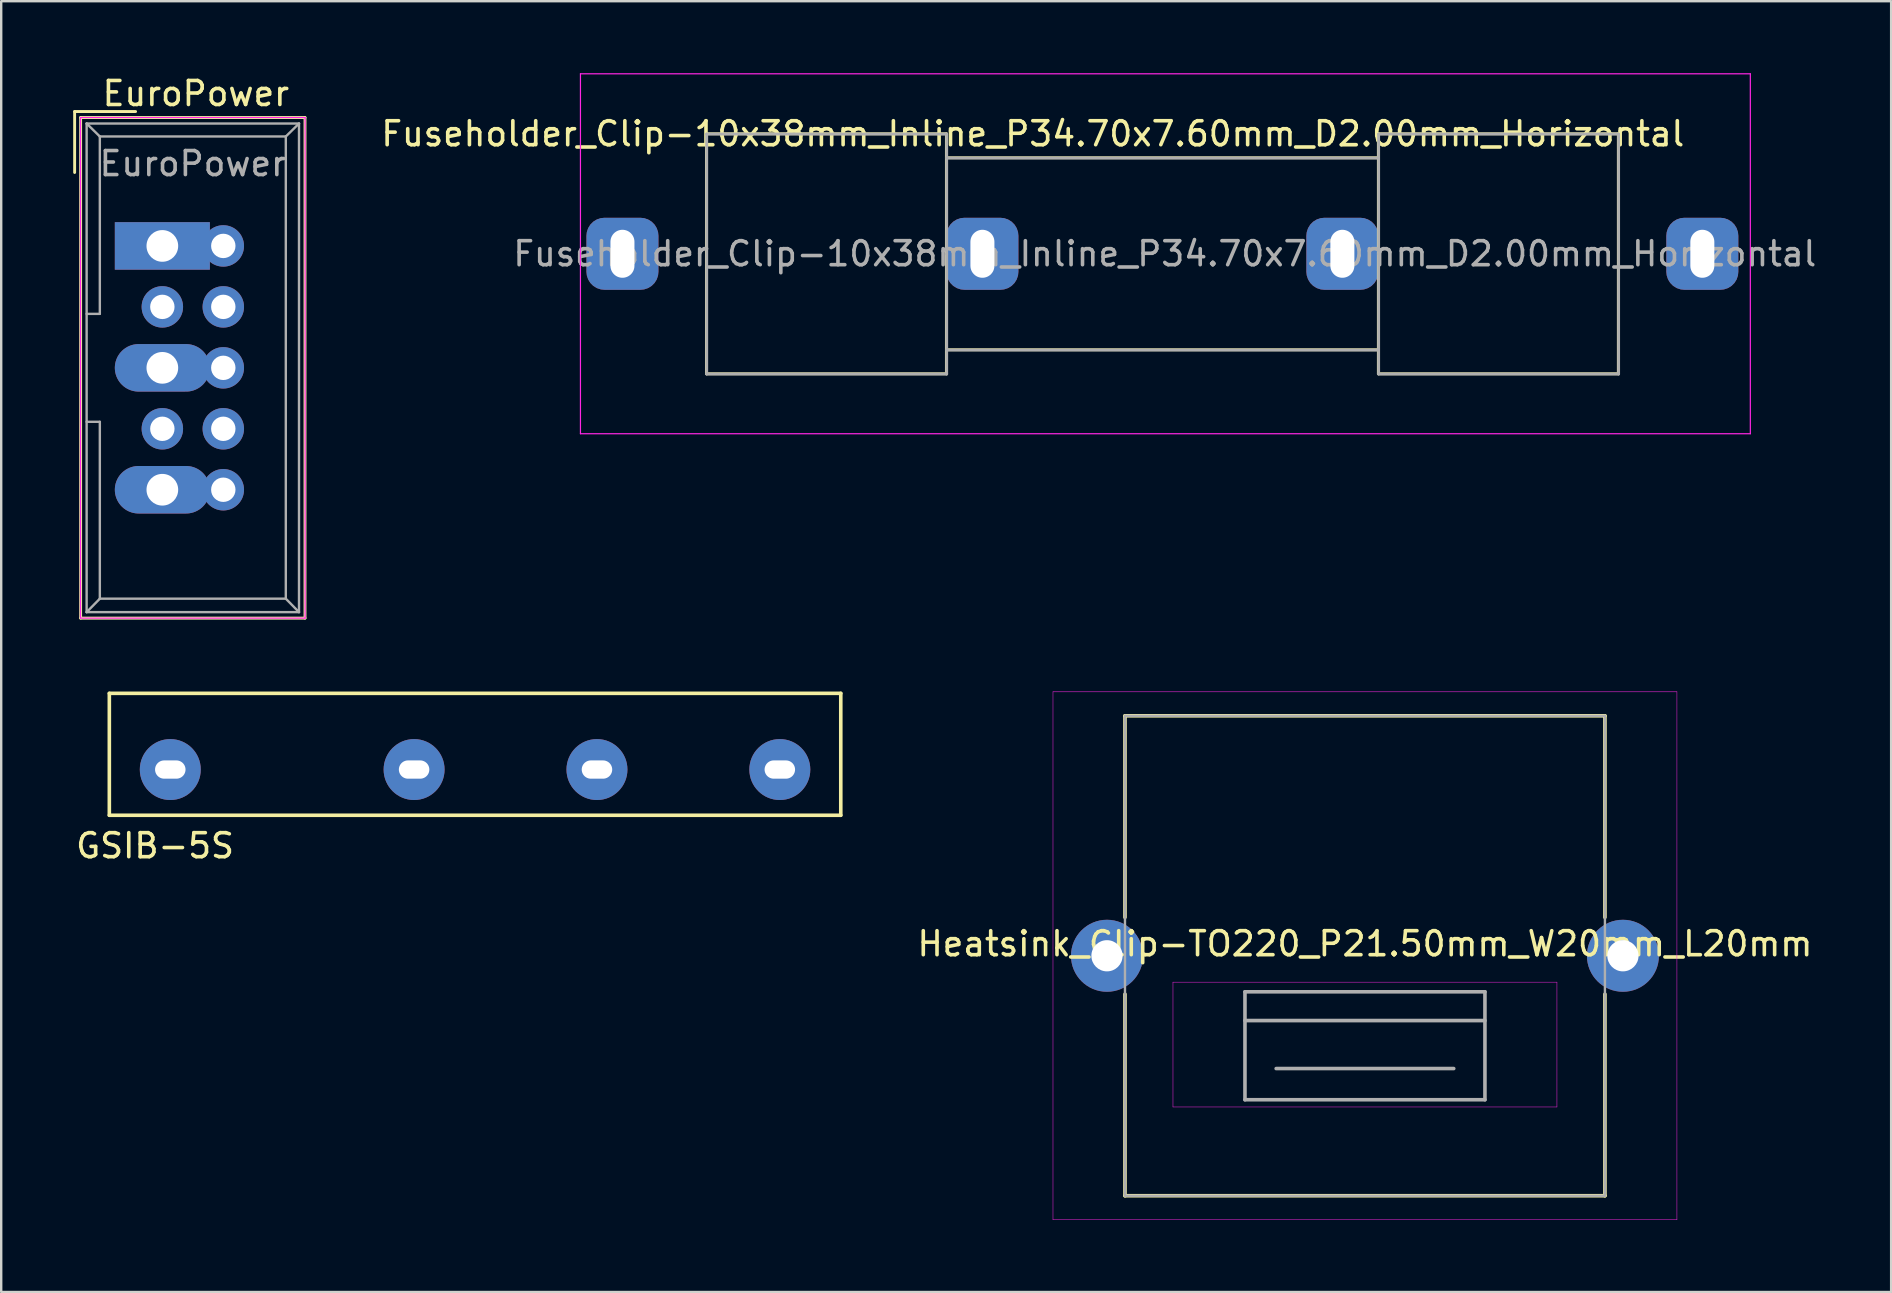
<source format=kicad_pcb>
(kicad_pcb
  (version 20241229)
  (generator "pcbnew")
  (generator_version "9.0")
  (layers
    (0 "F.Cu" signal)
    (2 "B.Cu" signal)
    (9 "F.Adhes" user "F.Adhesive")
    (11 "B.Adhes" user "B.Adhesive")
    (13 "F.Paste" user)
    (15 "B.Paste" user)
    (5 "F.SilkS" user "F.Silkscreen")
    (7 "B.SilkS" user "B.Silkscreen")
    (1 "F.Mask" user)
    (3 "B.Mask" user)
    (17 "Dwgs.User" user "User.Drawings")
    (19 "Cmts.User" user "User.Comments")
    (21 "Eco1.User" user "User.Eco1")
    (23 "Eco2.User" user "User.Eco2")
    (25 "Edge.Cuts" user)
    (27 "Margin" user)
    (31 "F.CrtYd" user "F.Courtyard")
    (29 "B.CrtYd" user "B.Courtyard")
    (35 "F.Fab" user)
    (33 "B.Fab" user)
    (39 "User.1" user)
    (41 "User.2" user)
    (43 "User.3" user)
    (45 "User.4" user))
  (footprint "EuroPower"
    (layer "F.Cu")
    (at 3.715 7.198)
    (property "Reference" "EuroPower" (at 1.397 -6.35 0) (layer "F.SilkS") (effects (font (size 1 1) (thickness 0.15))))
    (attr through_hole)
    (fp_line (start -3.655 -5.6) (end -3.655 -3.06) (stroke (width 0.12) (type solid)) (layer "F.SilkS"))
    (fp_line (start -3.655 -5.6) (end -1.115 -5.6) (stroke (width 0.12) (type solid)) (layer "F.SilkS"))
    (fp_line (start -3.405 -5.35) (end 5.945 -5.35) (stroke (width 0.12) (type solid)) (layer "F.SilkS"))
    (fp_line (start -3.405 15.51) (end -3.405 -5.35) (stroke (width 0.12) (type solid)) (layer "F.SilkS"))
    (fp_line (start 5.945 -5.35) (end 5.945 15.51) (stroke (width 0.12) (type solid)) (layer "F.SilkS"))
    (fp_line (start 5.945 15.51) (end -3.405 15.51) (stroke (width 0.12) (type solid)) (layer "F.SilkS"))
    (fp_line (start -3.41 -5.35) (end 5.95 -5.35) (stroke (width 0.05) (type solid)) (layer "F.CrtYd"))
    (fp_line (start -3.41 15.51) (end -3.41 -5.35) (stroke (width 0.05) (type solid)) (layer "F.CrtYd"))
    (fp_line (start 5.95 -5.35) (end 5.95 15.51) (stroke (width 0.05) (type solid)) (layer "F.CrtYd"))
    (fp_line (start 5.95 15.51) (end -3.41 15.51) (stroke (width 0.05) (type solid)) (layer "F.CrtYd"))
    (fp_line (start -3.155 -5.1) (end -3.155 15.26) (stroke (width 0.1) (type solid)) (layer "F.Fab"))
    (fp_line (start -3.155 -5.1) (end -2.605 -4.56) (stroke (width 0.1) (type solid)) (layer "F.Fab"))
    (fp_line (start -3.155 15.26) (end -2.605 14.7) (stroke (width 0.1) (type solid)) (layer "F.Fab"))
    (fp_line (start -2.605 -4.56) (end -2.605 2.83) (stroke (width 0.1) (type solid)) (layer "F.Fab"))
    (fp_line (start -2.605 2.83) (end -3.155 2.83) (stroke (width 0.1) (type solid)) (layer "F.Fab"))
    (fp_line (start -2.605 7.33) (end -3.155 7.33) (stroke (width 0.1) (type solid)) (layer "F.Fab"))
    (fp_line (start -2.605 7.33) (end -2.605 14.7) (stroke (width 0.1) (type solid)) (layer "F.Fab"))
    (fp_line (start 5.145 -4.56) (end -2.605 -4.56) (stroke (width 0.1) (type solid)) (layer "F.Fab"))
    (fp_line (start 5.145 -4.56) (end 5.145 14.7) (stroke (width 0.1) (type solid)) (layer "F.Fab"))
    (fp_line (start 5.145 14.7) (end -2.605 14.7) (stroke (width 0.1) (type solid)) (layer "F.Fab"))
    (fp_line (start 5.695 -5.1) (end -3.155 -5.1) (stroke (width 0.1) (type solid)) (layer "F.Fab"))
    (fp_line (start 5.695 -5.1) (end 5.145 -4.56) (stroke (width 0.1) (type solid)) (layer "F.Fab"))
    (fp_line (start 5.695 -5.1) (end 5.695 15.26) (stroke (width 0.1) (type solid)) (layer "F.Fab"))
    (fp_line (start 5.695 15.26) (end -3.155 15.26) (stroke (width 0.1) (type solid)) (layer "F.Fab"))
    (fp_line (start 5.695 15.26) (end 5.145 14.7) (stroke (width 0.1) (type solid)) (layer "F.Fab"))
    (fp_text user "${REFERENCE}" (at 1.27 -3.429 0) (layer "F.Fab") (effects (font (size 1 1) (thickness 0.15))))
    (pad "1" thru_hole rect (at 0 0 270) (size 1.98 3.96) (drill 1.32) (layers "*.Cu" "*.Mask"))
    (pad "1" thru_hole oval (at 2.54 0) (size 1.727 1.727) (drill 1.016) (layers "*.Cu" "*.Mask"))
    (pad "2" thru_hole oval (at 0 2.54) (size 1.727 1.727) (drill 1.016) (layers "*.Cu" "*.Mask"))
    (pad "2" thru_hole oval (at 0 5.08 270) (size 1.98 3.96) (drill 1.32) (layers "*.Cu" "*.Mask"))
    (pad "2" thru_hole oval (at 0 7.62) (size 1.727 1.727) (drill 1.016) (layers "*.Cu" "*.Mask"))
    (pad "2" thru_hole oval (at 2.54 2.54) (size 1.727 1.727) (drill 1.016) (layers "*.Cu" "*.Mask"))
    (pad "2" thru_hole oval (at 2.54 5.08) (size 1.727 1.727) (drill 1.016) (layers "*.Cu" "*.Mask"))
    (pad "2" thru_hole oval (at 2.54 7.62) (size 1.727 1.727) (drill 1.016) (layers "*.Cu" "*.Mask"))
    (pad "3" thru_hole oval (at 0 10.16 270) (size 1.98 3.96) (drill 1.32) (layers "*.Cu" "*.Mask"))
    (pad "3" thru_hole oval (at 2.54 10.16) (size 1.727 1.727) (drill 1.016) (layers "*.Cu" "*.Mask")))
  (footprint "Fuseholder_Clip-10x38mm_Inline_P34.70x7.60mm_D2.00mm_Horizontal"
    (layer "F.Cu")
    (at 22.888 7.525)
    (property "Reference" "Fuseholder_Clip-10x38mm_Inline_P34.70x7.60mm_D2.00mm_Horizontal" (at 17.1 -5 0) (layer "F.SilkS") (effects (font (size 1 1) (thickness 0.15))))
    (attr through_hole)
    (fp_line (start 3.5 5) (end 3.5 -5) (stroke (width 0.12) (type solid)) (layer "F.SilkS"))
    (fp_line (start 13.5 -5) (end 3.5 -5) (stroke (width 0.12) (type solid)) (layer "F.SilkS"))
    (fp_line (start 13.5 -5) (end 13.5 0) (stroke (width 0.12) (type solid)) (layer "F.SilkS"))
    (fp_line (start 13.5 4) (end 31.5 4) (stroke (width 0.12) (type solid)) (layer "F.SilkS"))
    (fp_line (start 13.5 5) (end 3.5 5) (stroke (width 0.12) (type solid)) (layer "F.SilkS"))
    (fp_line (start 13.5 5) (end 13.5 0) (stroke (width 0.12) (type solid)) (layer "F.SilkS"))
    (fp_line (start 31.5 -5) (end 31.5 0) (stroke (width 0.12) (type solid)) (layer "F.SilkS"))
    (fp_line (start 31.5 -5) (end 41.5 -5) (stroke (width 0.12) (type solid)) (layer "F.SilkS"))
    (fp_line (start 31.5 -4) (end 13.5 -4) (stroke (width 0.12) (type solid)) (layer "F.SilkS"))
    (fp_line (start 31.5 5) (end 31.5 0) (stroke (width 0.12) (type solid)) (layer "F.SilkS"))
    (fp_line (start 31.5 5) (end 41.5 5) (stroke (width 0.12) (type solid)) (layer "F.SilkS"))
    (fp_line (start 41.5 5) (end 41.5 -5) (stroke (width 0.12) (type solid)) (layer "F.SilkS"))
    (fp_line (start -1.75 -7.5) (end -1.75 7.5) (stroke (width 0.05) (type solid)) (layer "F.CrtYd"))
    (fp_line (start -1.75 -7.5) (end 47 -7.5) (stroke (width 0.05) (type solid)) (layer "F.CrtYd"))
    (fp_line (start 47 7.5) (end -1.75 7.5) (stroke (width 0.05) (type solid)) (layer "F.CrtYd"))
    (fp_line (start 47 7.5) (end 47 -7.5) (stroke (width 0.05) (type solid)) (layer "F.CrtYd"))
    (fp_line (start 3.511 5.011) (end 3.511 -4.989) (stroke (width 0.12) (type solid)) (layer "F.Fab"))
    (fp_line (start 13.511 -4.989) (end 3.511 -4.989) (stroke (width 0.12) (type solid)) (layer "F.Fab"))
    (fp_line (start 13.511 -4.989) (end 13.511 0.011) (stroke (width 0.12) (type solid)) (layer "F.Fab"))
    (fp_line (start 13.511 4.011) (end 31.5 4.011) (stroke (width 0.12) (type solid)) (layer "F.Fab"))
    (fp_line (start 13.511 5.011) (end 3.511 5.011) (stroke (width 0.12) (type solid)) (layer "F.Fab"))
    (fp_line (start 13.511 5.011) (end 13.511 0.011) (stroke (width 0.12) (type solid)) (layer "F.Fab"))
    (fp_line (start 31.5 -3.989) (end 13.511 -3.989) (stroke (width 0.12) (type solid)) (layer "F.Fab"))
    (fp_line (start 31.511 -4.989) (end 31.511 0.011) (stroke (width 0.12) (type solid)) (layer "F.Fab"))
    (fp_line (start 31.511 -4.989) (end 41.511 -4.989) (stroke (width 0.12) (type solid)) (layer "F.Fab"))
    (fp_line (start 31.511 5.011) (end 31.511 0.011) (stroke (width 0.12) (type solid)) (layer "F.Fab"))
    (fp_line (start 31.511 5.011) (end 41.511 5.011) (stroke (width 0.12) (type solid)) (layer "F.Fab"))
    (fp_line (start 41.511 5.011) (end 41.511 -4.989) (stroke (width 0.12) (type solid)) (layer "F.Fab"))
    (fp_text user "${REFERENCE}" (at 22.6 0 0) (layer "F.Fab") (effects (font (size 1 1) (thickness 0.15))))
    (pad "1" thru_hole roundrect (at 0 0) (size 3 3) (drill oval 1 2) (layers "*.Cu" "*.Mask") (roundrect_rratio 0.25))
    (pad "1" thru_hole roundrect (at 15 0) (size 3 3) (drill oval 1 2) (layers "*.Cu" "*.Mask") (roundrect_rratio 0.25))
    (pad "2" thru_hole roundrect (at 30 0) (size 3 3) (drill oval 1 2) (layers "*.Cu" "*.Mask") (roundrect_rratio 0.25))
    (pad "2" thru_hole roundrect (at 45 0) (size 3 3) (drill oval 1 2) (layers "*.Cu" "*.Mask") (roundrect_rratio 0.25)))
  (footprint "Heatsink_Clip-TO220_P21.50mm_W20mm_L20mm"
    (layer "F.Cu")
    (at 53.829 36.778)
    (property "Reference" "Heatsink_Clip-TO220_P21.50mm_W20mm_L20mm" (at 0 -0.5 0) (unlocked yes) (layer "F.SilkS") (effects (font (size 1 1) (thickness 0.15))))
    (attr through_hole)
    (fp_line (start -10 -10) (end -10 -1.6) (stroke (width 0.15) (type default)) (layer "F.SilkS"))
    (fp_line (start -10 -10) (end 10 -10) (stroke (width 0.15) (type default)) (layer "F.SilkS"))
    (fp_line (start -10 10) (end -10 1.6) (stroke (width 0.15) (type default)) (layer "F.SilkS"))
    (fp_line (start 10 -10) (end 10 -1.6) (stroke (width 0.15) (type default)) (layer "F.SilkS"))
    (fp_line (start 10 10) (end -10 10) (stroke (width 0.15) (type default)) (layer "F.SilkS"))
    (fp_line (start 10 10) (end 10 1.6) (stroke (width 0.15) (type default)) (layer "F.SilkS"))
    (fp_line (start -13 -11) (end 13 -11) (stroke (width 0.02) (type default)) (layer "F.CrtYd"))
    (fp_line (start -13 11) (end -13 -11) (stroke (width 0.02) (type default)) (layer "F.CrtYd"))
    (fp_line (start -8 1.1) (end 8 1.1) (stroke (width 0.02) (type default)) (layer "F.CrtYd"))
    (fp_line (start -8 6.3) (end -8 1.1) (stroke (width 0.02) (type default)) (layer "F.CrtYd"))
    (fp_line (start 8 1.1) (end 8 6.3) (stroke (width 0.02) (type default)) (layer "F.CrtYd"))
    (fp_line (start 8 6.3) (end -8 6.3) (stroke (width 0.02) (type default)) (layer "F.CrtYd"))
    (fp_line (start 13 -11) (end 13 11) (stroke (width 0.02) (type default)) (layer "F.CrtYd"))
    (fp_line (start 13 11) (end -13 11) (stroke (width 0.02) (type default)) (layer "F.CrtYd"))
    (fp_line (start -10 -10) (end 10 -10) (stroke (width 0.1) (type default)) (layer "F.Fab"))
    (fp_line (start -10 10) (end -10 -10) (stroke (width 0.1) (type default)) (layer "F.Fab"))
    (fp_line (start -5 1.5) (end 5 1.5) (stroke (width 0.15) (type default)) (layer "F.Fab"))
    (fp_line (start -5 2.7) (end 5 2.7) (stroke (width 0.15) (type default)) (layer "F.Fab"))
    (fp_line (start -5 6) (end -5 1.5) (stroke (width 0.15) (type default)) (layer "F.Fab"))
    (fp_line (start -3.7 4.7) (end 3.7 4.7) (stroke (width 0.15) (type default)) (layer "F.Fab"))
    (fp_line (start 5 1.5) (end 5 6) (stroke (width 0.15) (type default)) (layer "F.Fab"))
    (fp_line (start 5 6) (end -5 6) (stroke (width 0.15) (type default)) (layer "F.Fab"))
    (fp_line (start 10 -10) (end 10 10) (stroke (width 0.1) (type default)) (layer "F.Fab"))
    (fp_line (start 10 10) (end -10 10) (stroke (width 0.1) (type default)) (layer "F.Fab"))
    (pad "1" thru_hole circle (at -10.75 0) (size 3 3) (drill 1.3) (layers "*.Cu" "*.Mask"))
    (pad "1" thru_hole circle (at 10.75 0) (size 3 3) (drill 1.3) (layers "*.Cu" "*.Mask")))
  (footprint "GSIB-5S"
    (layer "F.Cu")
    (at 1.506 30.923)
    (property "Reference" "GSIB-5S" (at 1.905 1.27 0) (layer "F.SilkS") (effects (font (size 1 1) (thickness 0.15))))
    (attr through_hole)
    (fp_line (start 0 -5.08) (end 0 0) (stroke (width 0.15) (type solid)) (layer "F.SilkS"))
    (fp_line (start 0 0) (end 30.48 0) (stroke (width 0.15) (type solid)) (layer "F.SilkS"))
    (fp_line (start 30.48 -5.08) (end 0 -5.08) (stroke (width 0.15) (type solid)) (layer "F.SilkS"))
    (fp_line (start 30.48 0) (end 30.48 -5.08) (stroke (width 0.15) (type solid)) (layer "F.SilkS"))
    (pad "1" thru_hole circle (at 2.54 -1.905) (size 2.54 2.54) (drill oval 1.27 0.762) (layers "*.Cu" "*.Mask"))
    (pad "2" thru_hole circle (at 12.7 -1.905) (size 2.54 2.54) (drill oval 1.27 0.762) (layers "*.Cu" "*.Mask"))
    (pad "3" thru_hole circle (at 20.32 -1.905) (size 2.54 2.54) (drill oval 1.27 0.762) (layers "*.Cu" "*.Mask"))
    (pad "4" thru_hole circle (at 27.94 -1.905) (size 2.54 2.54) (drill oval 1.27 0.762) (layers "*.Cu" "*.Mask")))
  (gr_rect
    (start -3 -3)
    (end 75.756 50.788)
    (stroke (width 0.1) (type default))
    (fill no)
    (layer "Edge.Cuts")))
</source>
